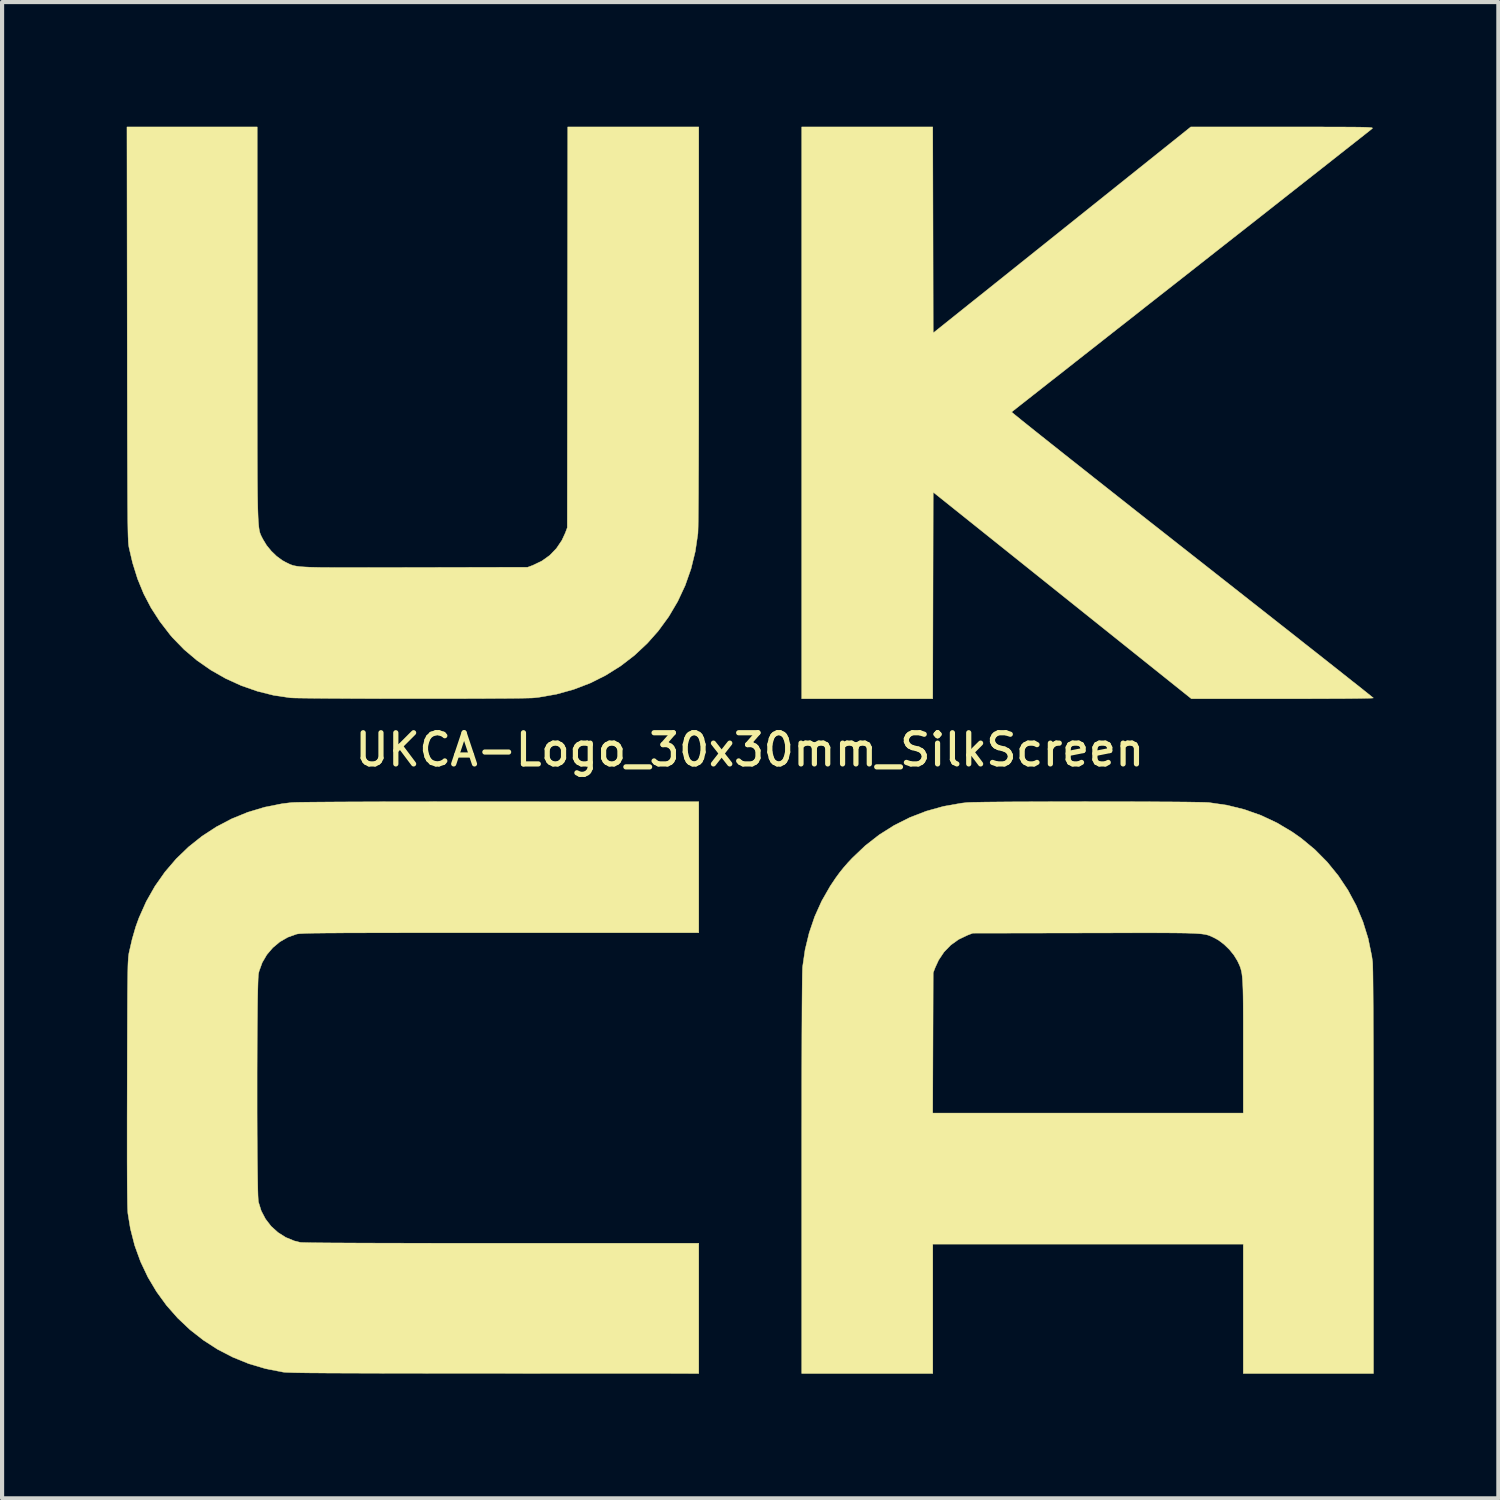
<source format=kicad_pcb>
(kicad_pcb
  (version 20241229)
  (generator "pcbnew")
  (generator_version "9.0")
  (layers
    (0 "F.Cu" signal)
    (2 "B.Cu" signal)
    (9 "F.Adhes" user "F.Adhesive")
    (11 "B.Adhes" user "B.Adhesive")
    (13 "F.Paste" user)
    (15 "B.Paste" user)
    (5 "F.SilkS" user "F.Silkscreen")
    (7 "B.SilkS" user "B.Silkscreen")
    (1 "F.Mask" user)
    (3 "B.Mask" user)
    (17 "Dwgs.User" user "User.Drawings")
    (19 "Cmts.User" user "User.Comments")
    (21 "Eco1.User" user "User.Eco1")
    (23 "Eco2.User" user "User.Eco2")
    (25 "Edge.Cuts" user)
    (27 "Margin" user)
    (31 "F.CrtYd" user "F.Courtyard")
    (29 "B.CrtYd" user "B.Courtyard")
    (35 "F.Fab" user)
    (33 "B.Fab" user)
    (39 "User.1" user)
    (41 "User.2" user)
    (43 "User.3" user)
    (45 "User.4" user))
  (footprint "UKCA-Logo_30x30mm_SilkScreen"
    (layer "F.Cu")
    (at 14.992 14.991)
    (property "Reference" "UKCA-Logo_30x30mm_SilkScreen" (at 0 0 0) (layer "F.SilkS") (effects (font (size 0.75 0.75) (thickness 0.125))))
    (attr exclude_from_pos_files exclude_from_bom allow_missing_courtyard)
    (fp_poly (pts (xy 4.408 -12.507) (xy 4.413 -10.029) (xy 10.61 -14.986) (xy 12.813 -14.986) (xy 13.166 -14.986) (xy 13.48 -14.986) (xy 13.755 -14.986) (xy 13.996 -14.985) (xy 14.203 -14.985) (xy 14.38 -14.984) (xy 14.529 -14.983) (xy 14.651 -14.982) (xy 14.75 -14.98) (xy 14.828 -14.978) (xy 14.887 -14.975) (xy 14.93 -14.972) (xy 14.958 -14.969) (xy 14.975 -14.965) (xy 14.982 -14.96) (xy 14.982 -14.954) (xy 14.977 -14.948) (xy 14.975 -14.946) (xy 14.955 -14.93) (xy 14.903 -14.888) (xy 14.82 -14.823) (xy 14.709 -14.735) (xy 14.569 -14.625) (xy 14.404 -14.495) (xy 14.213 -14.345) (xy 13.999 -14.176) (xy 13.763 -13.99) (xy 13.507 -13.789) (xy 13.231 -13.572) (xy 12.937 -13.341) (xy 12.627 -13.097) (xy 12.302 -12.841) (xy 11.963 -12.575) (xy 11.611 -12.299) (xy 11.249 -12.015) (xy 10.878 -11.723) (xy 10.626 -11.525) (xy 10.249 -11.229) (xy 9.881 -10.941) (xy 9.523 -10.66) (xy 9.177 -10.387) (xy 8.843 -10.126) (xy 8.524 -9.875) (xy 8.22 -9.636) (xy 7.933 -9.411) (xy 7.665 -9.2) (xy 7.417 -9.005) (xy 7.189 -8.827) (xy 6.985 -8.666) (xy 6.804 -8.524) (xy 6.649 -8.402) (xy 6.52 -8.301) (xy 6.42 -8.222) (xy 6.349 -8.166) (xy 6.309 -8.134) (xy 6.3 -8.128) (xy 6.315 -8.113) (xy 6.362 -8.074) (xy 6.44 -8.011) (xy 6.546 -7.924) (xy 6.68 -7.817) (xy 6.841 -7.688) (xy 7.027 -7.54) (xy 7.237 -7.373) (xy 7.469 -7.189) (xy 7.722 -6.988) (xy 7.995 -6.773) (xy 8.285 -6.543) (xy 8.593 -6.3) (xy 8.916 -6.045) (xy 9.253 -5.779) (xy 9.603 -5.503) (xy 9.965 -5.219) (xy 10.336 -4.927) (xy 10.64 -4.688) (xy 11.018 -4.391) (xy 11.388 -4.1) (xy 11.748 -3.817) (xy 12.096 -3.543) (xy 12.432 -3.279) (xy 12.753 -3.026) (xy 13.059 -2.786) (xy 13.347 -2.558) (xy 13.617 -2.346) (xy 13.868 -2.148) (xy 14.097 -1.967) (xy 14.303 -1.804) (xy 14.486 -1.659) (xy 14.644 -1.535) (xy 14.774 -1.431) (xy 14.877 -1.349) (xy 14.95 -1.29) (xy 14.993 -1.256) (xy 15.004 -1.247) (xy 14.984 -1.244) (xy 14.924 -1.241) (xy 14.827 -1.239) (xy 14.693 -1.236) (xy 14.527 -1.234) (xy 14.329 -1.232) (xy 14.103 -1.231) (xy 13.85 -1.23) (xy 13.572 -1.229) (xy 13.273 -1.228) (xy 12.954 -1.228) (xy 12.818 -1.228) (xy 10.626 -1.228) (xy 4.413 -6.198) (xy 4.402 -1.228) (xy 1.249 -1.228) (xy 1.249 -14.986) (xy 4.402 -14.986) (xy 4.408 -12.507)) (stroke (width 0.01) (type solid)) (fill yes) (layer "F.SilkS"))
    (fp_poly (pts (xy 8.381 1.249) (xy 8.692 1.249) (xy 8.998 1.249) (xy 9.294 1.25) (xy 9.578 1.251) (xy 9.847 1.253) (xy 10.097 1.254) (xy 10.326 1.256) (xy 10.53 1.258) (xy 10.706 1.261) (xy 10.85 1.263) (xy 10.96 1.266) (xy 11.033 1.269) (xy 11.052 1.271) (xy 11.484 1.334) (xy 11.9 1.437) (xy 12.302 1.579) (xy 12.687 1.76) (xy 13.057 1.981) (xy 13.27 2.131) (xy 13.597 2.402) (xy 13.894 2.702) (xy 14.159 3.028) (xy 14.392 3.377) (xy 14.591 3.748) (xy 14.753 4.137) (xy 14.879 4.542) (xy 14.965 4.96) (xy 14.985 5.101) (xy 14.988 5.144) (xy 14.99 5.228) (xy 14.993 5.352) (xy 14.995 5.517) (xy 14.997 5.722) (xy 14.999 5.967) (xy 15.001 6.254) (xy 15.002 6.581) (xy 15.004 6.95) (xy 15.005 7.36) (xy 15.006 7.811) (xy 15.006 8.304) (xy 15.007 8.839) (xy 15.007 9.416) (xy 15.007 10.035) (xy 15.007 10.144) (xy 15.007 15.007) (xy 11.874 15.007) (xy 11.874 11.896) (xy 4.403 11.896) (xy 4.403 15.007) (xy 1.249 15.007) (xy 1.249 10.226) (xy 1.249 9.644) (xy 1.249 9.095) (xy 1.25 8.742) (xy 4.401 8.742) (xy 11.874 8.742) (xy 11.874 7.138) (xy 11.874 6.824) (xy 11.874 6.548) (xy 11.873 6.309) (xy 11.872 6.102) (xy 11.87 5.926) (xy 11.867 5.777) (xy 11.862 5.651) (xy 11.856 5.546) (xy 11.849 5.458) (xy 11.84 5.385) (xy 11.828 5.324) (xy 11.814 5.27) (xy 11.798 5.222) (xy 11.779 5.176) (xy 11.757 5.129) (xy 11.734 5.08) (xy 11.65 4.943) (xy 11.54 4.807) (xy 11.413 4.684) (xy 11.28 4.583) (xy 11.197 4.536) (xy 11.159 4.517) (xy 11.124 4.5) (xy 11.091 4.485) (xy 11.057 4.471) (xy 11.021 4.459) (xy 10.979 4.448) (xy 10.93 4.439) (xy 10.871 4.431) (xy 10.8 4.425) (xy 10.715 4.419) (xy 10.613 4.415) (xy 10.492 4.411) (xy 10.35 4.409) (xy 10.185 4.407) (xy 9.994 4.406) (xy 9.774 4.405) (xy 9.525 4.405) (xy 9.242 4.405) (xy 8.925 4.406) (xy 8.57 4.407) (xy 8.176 4.407) (xy 8.081 4.408) (xy 5.366 4.413) (xy 5.24 4.461) (xy 5.024 4.564) (xy 4.835 4.7) (xy 4.674 4.866) (xy 4.544 5.06) (xy 4.461 5.24) (xy 4.413 5.366) (xy 4.407 7.054) (xy 4.401 8.742) (xy 1.25 8.742) (xy 1.25 8.579) (xy 1.25 8.097) (xy 1.251 7.65) (xy 1.252 7.239) (xy 1.253 6.863) (xy 1.255 6.524) (xy 1.256 6.223) (xy 1.258 5.96) (xy 1.26 5.735) (xy 1.262 5.55) (xy 1.264 5.405) (xy 1.267 5.3) (xy 1.269 5.237) (xy 1.27 5.225) (xy 1.33 4.812) (xy 1.428 4.407) (xy 1.561 4.015) (xy 1.729 3.641) (xy 1.929 3.291) (xy 1.963 3.239) (xy 2.067 3.084) (xy 2.161 2.955) (xy 2.255 2.838) (xy 2.358 2.72) (xy 2.465 2.606) (xy 2.778 2.308) (xy 3.114 2.046) (xy 3.472 1.82) (xy 3.85 1.63) (xy 4.246 1.477) (xy 4.659 1.362) (xy 5.087 1.286) (xy 5.225 1.27) (xy 5.279 1.267) (xy 5.373 1.264) (xy 5.502 1.262) (xy 5.664 1.259) (xy 5.856 1.257) (xy 6.074 1.255) (xy 6.315 1.253) (xy 6.576 1.252) (xy 6.854 1.251) (xy 7.145 1.25) (xy 7.447 1.249) (xy 7.755 1.249) (xy 8.068 1.248) (xy 8.381 1.249)) (stroke (width 0.01) (type solid)) (fill yes) (layer "F.SilkS"))
    (fp_poly (pts (xy -11.853 -10.25) (xy -11.853 -9.713) (xy -11.853 -9.216) (xy -11.853 -8.758) (xy -11.853 -8.337) (xy -11.853 -7.952) (xy -11.852 -7.601) (xy -11.852 -7.283) (xy -11.851 -6.995) (xy -11.85 -6.735) (xy -11.849 -6.503) (xy -11.847 -6.297) (xy -11.845 -6.114) (xy -11.842 -5.954) (xy -11.839 -5.814) (xy -11.835 -5.692) (xy -11.831 -5.588) (xy -11.826 -5.5) (xy -11.82 -5.425) (xy -11.814 -5.362) (xy -11.807 -5.31) (xy -11.799 -5.267) (xy -11.79 -5.23) (xy -11.78 -5.199) (xy -11.769 -5.172) (xy -11.757 -5.146) (xy -11.745 -5.121) (xy -11.731 -5.095) (xy -11.715 -5.065) (xy -11.712 -5.059) (xy -11.628 -4.92) (xy -11.516 -4.783) (xy -11.388 -4.659) (xy -11.253 -4.559) (xy -11.174 -4.515) (xy -11.135 -4.496) (xy -11.1 -4.479) (xy -11.067 -4.463) (xy -11.034 -4.45) (xy -10.997 -4.437) (xy -10.956 -4.427) (xy -10.907 -4.418) (xy -10.848 -4.41) (xy -10.777 -4.403) (xy -10.692 -4.398) (xy -10.591 -4.393) (xy -10.471 -4.39) (xy -10.329 -4.387) (xy -10.164 -4.386) (xy -9.973 -4.384) (xy -9.755 -4.384) (xy -9.506 -4.384) (xy -9.224 -4.384) (xy -8.908 -4.385) (xy -8.554 -4.385) (xy -8.161 -4.386) (xy -8.06 -4.386) (xy -5.345 -4.392) (xy -5.219 -4.439) (xy -5.003 -4.543) (xy -4.814 -4.678) (xy -4.653 -4.845) (xy -4.522 -5.039) (xy -4.439 -5.219) (xy -4.392 -5.345) (xy -4.381 -14.986) (xy -1.228 -14.986) (xy -1.228 -10.205) (xy -1.228 -9.623) (xy -1.228 -9.074) (xy -1.229 -8.558) (xy -1.229 -8.076) (xy -1.23 -7.629) (xy -1.231 -7.218) (xy -1.232 -6.842) (xy -1.234 -6.503) (xy -1.235 -6.202) (xy -1.237 -5.938) (xy -1.239 -5.714) (xy -1.241 -5.528) (xy -1.243 -5.383) (xy -1.246 -5.279) (xy -1.248 -5.216) (xy -1.249 -5.204) (xy -1.312 -4.773) (xy -1.414 -4.356) (xy -1.555 -3.954) (xy -1.735 -3.569) (xy -1.951 -3.203) (xy -2.204 -2.857) (xy -2.464 -2.564) (xy -2.774 -2.273) (xy -3.11 -2.015) (xy -3.468 -1.791) (xy -3.846 -1.602) (xy -4.242 -1.451) (xy -4.653 -1.337) (xy -5.077 -1.263) (xy -5.204 -1.249) (xy -5.255 -1.246) (xy -5.344 -1.244) (xy -5.47 -1.241) (xy -5.629 -1.239) (xy -5.817 -1.237) (xy -6.032 -1.236) (xy -6.27 -1.234) (xy -6.529 -1.233) (xy -6.804 -1.232) (xy -7.093 -1.231) (xy -7.393 -1.231) (xy -7.7 -1.231) (xy -8.012 -1.231) (xy -8.325 -1.231) (xy -8.636 -1.231) (xy -8.942 -1.232) (xy -9.24 -1.232) (xy -9.526 -1.233) (xy -9.797 -1.235) (xy -10.051 -1.236) (xy -10.283 -1.238) (xy -10.492 -1.24) (xy -10.673 -1.242) (xy -10.824 -1.244) (xy -10.941 -1.246) (xy -11.021 -1.249) (xy -11.055 -1.251) (xy -11.455 -1.31) (xy -11.85 -1.409) (xy -12.237 -1.544) (xy -12.611 -1.714) (xy -12.967 -1.917) (xy -13.302 -2.15) (xy -13.611 -2.411) (xy -13.89 -2.698) (xy -13.949 -2.767) (xy -14.196 -3.088) (xy -14.407 -3.415) (xy -14.585 -3.755) (xy -14.732 -4.114) (xy -14.852 -4.498) (xy -14.937 -4.862) (xy -14.941 -4.884) (xy -14.945 -4.909) (xy -14.949 -4.939) (xy -14.952 -4.975) (xy -14.955 -5.019) (xy -14.957 -5.073) (xy -14.96 -5.138) (xy -14.962 -5.216) (xy -14.964 -5.308) (xy -14.966 -5.417) (xy -14.968 -5.543) (xy -14.969 -5.689) (xy -14.971 -5.857) (xy -14.972 -6.047) (xy -14.973 -6.261) (xy -14.974 -6.502) (xy -14.975 -6.77) (xy -14.976 -7.068) (xy -14.977 -7.397) (xy -14.978 -7.759) (xy -14.978 -8.155) (xy -14.979 -8.587) (xy -14.98 -9.057) (xy -14.98 -9.566) (xy -14.981 -10.017) (xy -14.987 -14.986) (xy -11.853 -14.986) (xy -11.853 -10.25)) (stroke (width 0.01) (type solid)) (fill yes) (layer "F.SilkS"))
    (fp_poly (pts (xy -1.228 4.403) (xy -6.003 4.403) (xy -6.538 4.403) (xy -7.032 4.403) (xy -7.487 4.403) (xy -7.904 4.403) (xy -8.286 4.403) (xy -8.633 4.404) (xy -8.948 4.404) (xy -9.233 4.405) (xy -9.487 4.406) (xy -9.715 4.406) (xy -9.916 4.408) (xy -10.093 4.409) (xy -10.248 4.41) (xy -10.381 4.412) (xy -10.495 4.413) (xy -10.591 4.415) (xy -10.672 4.417) (xy -10.737 4.42) (xy -10.79 4.423) (xy -10.832 4.425) (xy -10.864 4.429) (xy -10.888 4.432) (xy -10.906 4.436) (xy -10.907 4.436) (xy -11.117 4.511) (xy -11.309 4.622) (xy -11.478 4.763) (xy -11.621 4.931) (xy -11.732 5.12) (xy -11.807 5.327) (xy -11.821 5.387) (xy -11.826 5.432) (xy -11.831 5.517) (xy -11.835 5.637) (xy -11.839 5.789) (xy -11.843 5.972) (xy -11.846 6.18) (xy -11.848 6.411) (xy -11.851 6.662) (xy -11.853 6.93) (xy -11.854 7.21) (xy -11.855 7.501) (xy -11.856 7.798) (xy -11.856 8.1) (xy -11.856 8.401) (xy -11.856 8.7) (xy -11.855 8.992) (xy -11.854 9.275) (xy -11.852 9.546) (xy -11.85 9.801) (xy -11.847 10.037) (xy -11.844 10.25) (xy -11.841 10.439) (xy -11.838 10.598) (xy -11.834 10.726) (xy -11.829 10.819) (xy -11.824 10.873) (xy -11.823 10.88) (xy -11.756 11.095) (xy -11.653 11.291) (xy -11.518 11.466) (xy -11.354 11.614) (xy -11.167 11.733) (xy -10.96 11.818) (xy -10.819 11.853) (xy -10.782 11.856) (xy -10.704 11.858) (xy -10.584 11.861) (xy -10.422 11.863) (xy -10.219 11.865) (xy -9.974 11.867) (xy -9.689 11.868) (xy -9.362 11.87) (xy -8.995 11.871) (xy -8.588 11.872) (xy -8.14 11.873) (xy -7.652 11.874) (xy -7.125 11.874) (xy -6.558 11.874) (xy -5.966 11.874) (xy -1.228 11.874) (xy -1.228 15.007) (xy -6.133 15.005) (xy -6.688 15.005) (xy -7.202 15.004) (xy -7.677 15.004) (xy -8.115 15.003) (xy -8.516 15.003) (xy -8.882 15.002) (xy -9.215 15.001) (xy -9.516 15) (xy -9.787 14.999) (xy -10.03 14.998) (xy -10.245 14.997) (xy -10.435 14.995) (xy -10.6 14.994) (xy -10.743 14.992) (xy -10.865 14.99) (xy -10.967 14.988) (xy -11.051 14.985) (xy -11.119 14.983) (xy -11.172 14.98) (xy -11.211 14.977) (xy -11.235 14.974) (xy -11.653 14.892) (xy -12.055 14.773) (xy -12.439 14.617) (xy -12.805 14.428) (xy -13.149 14.206) (xy -13.47 13.955) (xy -13.766 13.675) (xy -14.035 13.37) (xy -14.275 13.04) (xy -14.484 12.689) (xy -14.66 12.317) (xy -14.801 11.928) (xy -14.905 11.522) (xy -14.965 11.155) (xy -14.968 11.108) (xy -14.972 11.032) (xy -14.975 10.926) (xy -14.977 10.789) (xy -14.979 10.619) (xy -14.981 10.417) (xy -14.982 10.179) (xy -14.983 9.907) (xy -14.983 9.597) (xy -14.983 9.25) (xy -14.983 8.863) (xy -14.982 8.437) (xy -14.981 8.012) (xy -14.98 7.597) (xy -14.979 7.223) (xy -14.978 6.887) (xy -14.977 6.586) (xy -14.976 6.319) (xy -14.975 6.084) (xy -14.974 5.877) (xy -14.972 5.698) (xy -14.97 5.543) (xy -14.968 5.411) (xy -14.966 5.299) (xy -14.964 5.206) (xy -14.961 5.128) (xy -14.957 5.064) (xy -14.954 5.012) (xy -14.95 4.969) (xy -14.945 4.933) (xy -14.941 4.902) (xy -14.937 4.883) (xy -14.862 4.556) (xy -14.776 4.259) (xy -14.698 4.044) (xy -14.523 3.652) (xy -14.314 3.284) (xy -14.073 2.941) (xy -13.802 2.624) (xy -13.504 2.337) (xy -13.18 2.079) (xy -12.833 1.853) (xy -12.464 1.66) (xy -12.077 1.502) (xy -11.672 1.381) (xy -11.253 1.298) (xy -11.031 1.271) (xy -10.982 1.268) (xy -10.89 1.265) (xy -10.758 1.263) (xy -10.584 1.261) (xy -10.369 1.259) (xy -10.115 1.257) (xy -9.821 1.255) (xy -9.487 1.254) (xy -9.115 1.252) (xy -8.704 1.251) (xy -8.256 1.25) (xy -7.77 1.25) (xy -7.246 1.249) (xy -6.687 1.249) (xy -6.09 1.249) (xy -6.02 1.249) (xy -1.228 1.249) (xy -1.228 4.403)) (stroke (width 0.01) (type solid)) (fill yes) (layer "F.SilkS")))
  (gr_rect
    (start -3 -3)
    (end 33.004 33.003)
    (stroke (width 0.1) (type default))
    (fill no)
    (layer "Edge.Cuts")))
</source>
